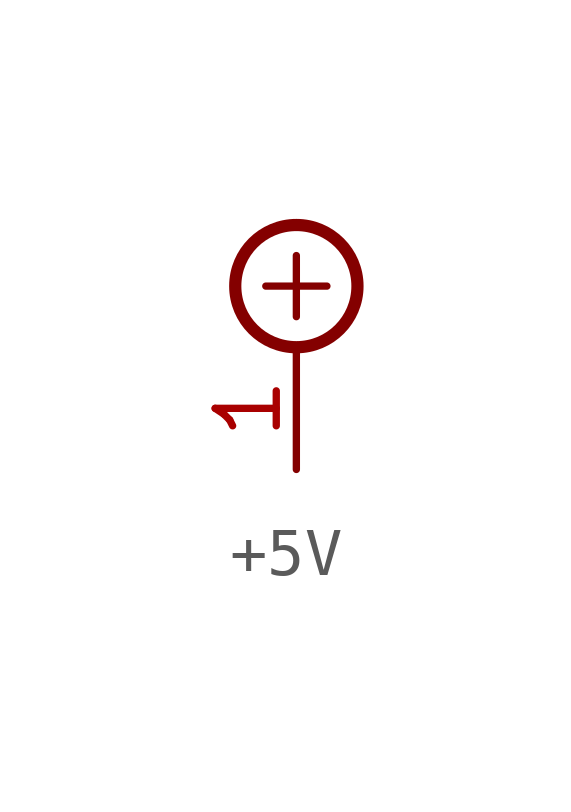
<source format=kicad_sym>
(kicad_symbol_lib
  (version 20211014)
  (generator kicad_symbol_editor)
  (symbol "+5V"
    (power)
    (property "Reference" "#SUPPLY"
      (at 0 0 0)
      (effects (font (size 1.27 1.27)) hide))
    (property "ki_locked" ""
      (at 0 0 0)
      (effects (font (size 1.27 1.27))))
    (symbol "+5V_1_0"
      (polyline (pts (xy -0.635 0) (xy 0.635 0)) (stroke (width 0.152) (type default) (color 0 0 0 0)) (fill (type none)))
      (polyline (pts (xy 0 -0.635) (xy 0 0.635)) (stroke (width 0.152) (type default) (color 0 0 0 0)) (fill (type none)))
      (circle (center 0 0) (radius 1.27) (stroke (width 0.254) (type default) (color 0 0 0 0)) (fill (type none)))
      (pin power_in line (at 0 -3.81 90) (length 2.54) (name "+5V" (effects (font (size 0 0)))) (number "1" (effects (font (size 1.27 1.27))))))))
</source>
